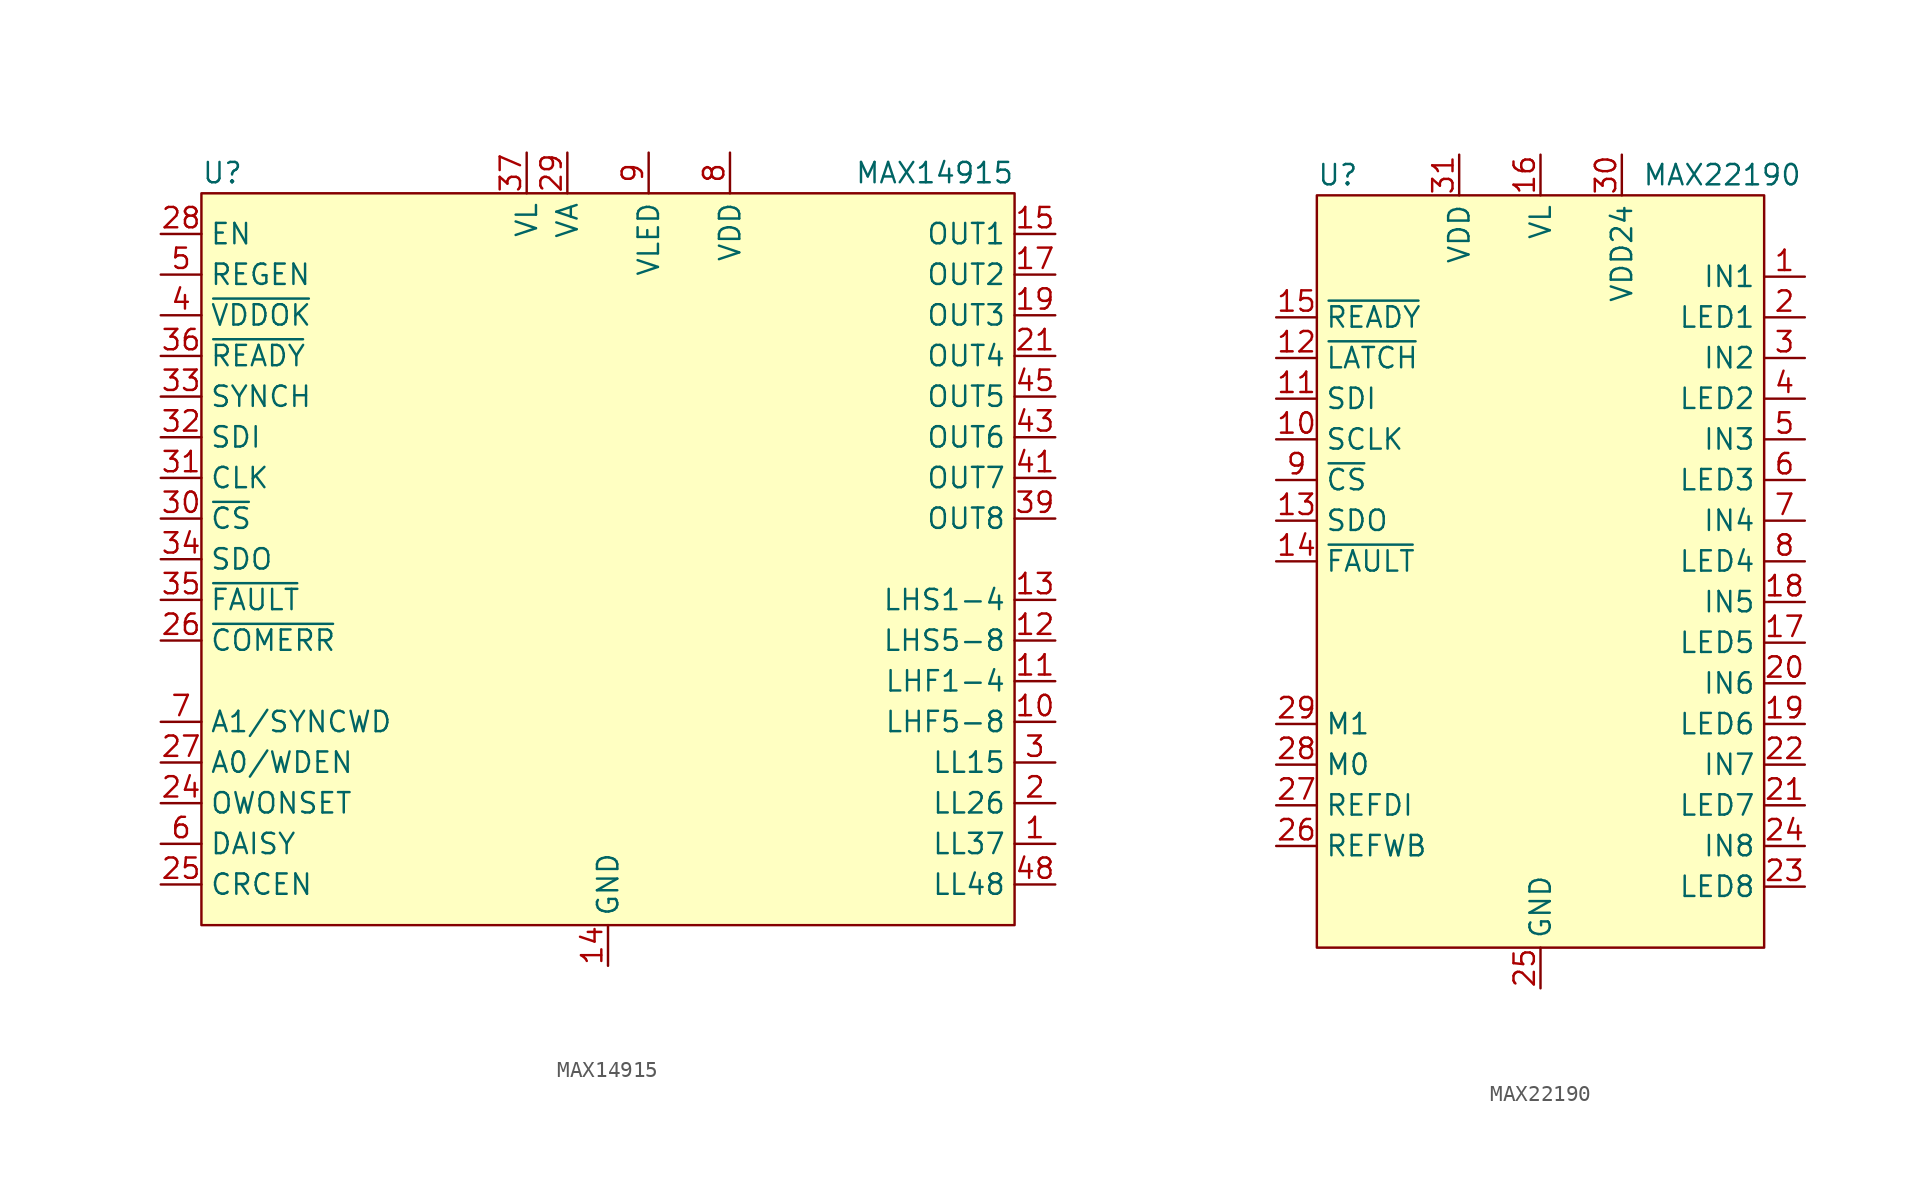
<source format=kicad_sym>
(kicad_symbol_lib
  (version 20210619)
  (generator kicad_symbol_editor)
  (symbol "MAX14915"
    (property "Reference" "U"
      (at -25.4 24.13 0)
      (effects (font (size 1.27 1.27)) (justify left)))
    (property "Value" "MAX14915"
      (at 25.4 24.13 0)
      (effects (font (size 1.27 1.27)) (justify right)))
    (symbol "MAX14915_0_1"
      (rectangle (start -25.4 22.86) (end 25.4 -22.86) (stroke (width 0)) (fill (type background))))
    (symbol "MAX14915_1_1"
      (pin open_collector line (at 27.94 -17.78 180) (length 2.54) (name "LL37" (effects (font (size 1.27 1.27)))) (number "1" (effects (font (size 1.27 1.27)))))
      (pin open_collector line (at 27.94 -10.16 180) (length 2.54) (name "LHF5-8" (effects (font (size 1.27 1.27)))) (number "10" (effects (font (size 1.27 1.27)))))
      (pin open_collector line (at 27.94 -7.62 180) (length 2.54) (name "LHF1-4" (effects (font (size 1.27 1.27)))) (number "11" (effects (font (size 1.27 1.27)))))
      (pin open_collector line (at 27.94 -5.08 180) (length 2.54) (name "LHS5-8" (effects (font (size 1.27 1.27)))) (number "12" (effects (font (size 1.27 1.27)))))
      (pin open_collector line (at 27.94 -2.54 180) (length 2.54) (name "LHS1-4" (effects (font (size 1.27 1.27)))) (number "13" (effects (font (size 1.27 1.27)))))
      (pin power_in line (at 0 -25.4 90) (length 2.54) (name "GND" (effects (font (size 1.27 1.27)))) (number "14" (effects (font (size 1.27 1.27)))))
      (pin open_emitter line (at 27.94 20.32 180) (length 2.54) (name "OUT1" (effects (font (size 1.27 1.27)))) (number "15" (effects (font (size 1.27 1.27)))))
      (pin open_emitter line (at 27.94 20.32 180) (length 2.54) hide (name "OUT1" (effects (font (size 1.27 1.27)))) (number "16" (effects (font (size 1.27 1.27)))))
      (pin open_emitter line (at 27.94 17.78 180) (length 2.54) (name "OUT2" (effects (font (size 1.27 1.27)))) (number "17" (effects (font (size 1.27 1.27)))))
      (pin open_emitter line (at 27.94 17.78 180) (length 2.54) hide (name "OUT2" (effects (font (size 1.27 1.27)))) (number "18" (effects (font (size 1.27 1.27)))))
      (pin open_emitter line (at 27.94 15.24 180) (length 2.54) (name "OUT3" (effects (font (size 1.27 1.27)))) (number "19" (effects (font (size 1.27 1.27)))))
      (pin open_collector line (at 27.94 -15.24 180) (length 2.54) (name "LL26" (effects (font (size 1.27 1.27)))) (number "2" (effects (font (size 1.27 1.27)))))
      (pin open_emitter line (at 27.94 15.24 180) (length 2.54) hide (name "OUT3" (effects (font (size 1.27 1.27)))) (number "20" (effects (font (size 1.27 1.27)))))
      (pin open_emitter line (at 27.94 12.7 180) (length 2.54) (name "OUT4" (effects (font (size 1.27 1.27)))) (number "21" (effects (font (size 1.27 1.27)))))
      (pin open_emitter line (at 27.94 12.7 180) (length 2.54) hide (name "OUT4" (effects (font (size 1.27 1.27)))) (number "22" (effects (font (size 1.27 1.27)))))
      (pin passive line (at 0 -25.4 90) (length 2.54) hide (name "GND" (effects (font (size 1.27 1.27)))) (number "23" (effects (font (size 1.27 1.27)))))
      (pin input line (at -27.94 -15.24 0) (length 2.54) (name "OWONSET" (effects (font (size 1.27 1.27)))) (number "24" (effects (font (size 1.27 1.27)))))
      (pin input line (at -27.94 -20.32 0) (length 2.54) (name "CRCEN" (effects (font (size 1.27 1.27)))) (number "25" (effects (font (size 1.27 1.27)))))
      (pin open_collector line (at -27.94 -5.08 0) (length 2.54) (name "~{COMERR}" (effects (font (size 1.27 1.27)))) (number "26" (effects (font (size 1.27 1.27)))))
      (pin input line (at -27.94 -12.7 0) (length 2.54) (name "A0/WDEN" (effects (font (size 1.27 1.27)))) (number "27" (effects (font (size 1.27 1.27)))))
      (pin input line (at -27.94 20.32 0) (length 2.54) (name "EN" (effects (font (size 1.27 1.27)))) (number "28" (effects (font (size 1.27 1.27)))))
      (pin power_in line (at -2.54 25.4 270) (length 2.54) (name "VA" (effects (font (size 1.27 1.27)))) (number "29" (effects (font (size 1.27 1.27)))))
      (pin open_collector line (at 27.94 -12.7 180) (length 2.54) (name "LL15" (effects (font (size 1.27 1.27)))) (number "3" (effects (font (size 1.27 1.27)))))
      (pin input line (at -27.94 2.54 0) (length 2.54) (name "~{CS}" (effects (font (size 1.27 1.27)))) (number "30" (effects (font (size 1.27 1.27)))))
      (pin input line (at -27.94 5.08 0) (length 2.54) (name "CLK" (effects (font (size 1.27 1.27)))) (number "31" (effects (font (size 1.27 1.27)))))
      (pin input line (at -27.94 7.62 0) (length 2.54) (name "SDI" (effects (font (size 1.27 1.27)))) (number "32" (effects (font (size 1.27 1.27)))))
      (pin input line (at -27.94 10.16 0) (length 2.54) (name "SYNCH" (effects (font (size 1.27 1.27)))) (number "33" (effects (font (size 1.27 1.27)))))
      (pin tri_state line (at -27.94 0 0) (length 2.54) (name "SDO" (effects (font (size 1.27 1.27)))) (number "34" (effects (font (size 1.27 1.27)))))
      (pin open_collector line (at -27.94 -2.54 0) (length 2.54) (name "~{FAULT}" (effects (font (size 1.27 1.27)))) (number "35" (effects (font (size 1.27 1.27)))))
      (pin open_collector line (at -27.94 12.7 0) (length 2.54) (name "~{READY}" (effects (font (size 1.27 1.27)))) (number "36" (effects (font (size 1.27 1.27)))))
      (pin power_in line (at -5.08 25.4 270) (length 2.54) (name "VL" (effects (font (size 1.27 1.27)))) (number "37" (effects (font (size 1.27 1.27)))))
      (pin passive line (at 0 -25.4 90) (length 2.54) hide (name "GND" (effects (font (size 1.27 1.27)))) (number "38" (effects (font (size 1.27 1.27)))))
      (pin open_emitter line (at 27.94 2.54 180) (length 2.54) (name "OUT8" (effects (font (size 1.27 1.27)))) (number "39" (effects (font (size 1.27 1.27)))))
      (pin open_collector line (at -27.94 15.24 0) (length 2.54) (name "~{VDDOK}" (effects (font (size 1.27 1.27)))) (number "4" (effects (font (size 1.27 1.27)))))
      (pin open_emitter line (at 27.94 2.54 180) (length 2.54) hide (name "OUT8" (effects (font (size 1.27 1.27)))) (number "40" (effects (font (size 1.27 1.27)))))
      (pin open_emitter line (at 27.94 5.08 180) (length 2.54) (name "OUT7" (effects (font (size 1.27 1.27)))) (number "41" (effects (font (size 1.27 1.27)))))
      (pin open_emitter line (at 27.94 5.08 180) (length 2.54) hide (name "OUT7" (effects (font (size 1.27 1.27)))) (number "42" (effects (font (size 1.27 1.27)))))
      (pin open_emitter line (at 27.94 7.62 180) (length 2.54) (name "OUT6" (effects (font (size 1.27 1.27)))) (number "43" (effects (font (size 1.27 1.27)))))
      (pin open_emitter line (at 27.94 7.62 180) (length 2.54) hide (name "OUT6" (effects (font (size 1.27 1.27)))) (number "44" (effects (font (size 1.27 1.27)))))
      (pin open_emitter line (at 27.94 10.16 180) (length 2.54) (name "OUT5" (effects (font (size 1.27 1.27)))) (number "45" (effects (font (size 1.27 1.27)))))
      (pin open_emitter line (at 27.94 10.16 180) (length 2.54) hide (name "OUT5" (effects (font (size 1.27 1.27)))) (number "46" (effects (font (size 1.27 1.27)))))
      (pin passive line (at 0 -25.4 90) (length 2.54) hide (name "GND" (effects (font (size 1.27 1.27)))) (number "47" (effects (font (size 1.27 1.27)))))
      (pin open_collector line (at 27.94 -20.32 180) (length 2.54) (name "LL48" (effects (font (size 1.27 1.27)))) (number "48" (effects (font (size 1.27 1.27)))))
      (pin passive line (at 7.62 25.4 270) (length 2.54) hide (name "VDD" (effects (font (size 1.27 1.27)))) (number "49" (effects (font (size 1.27 1.27)))))
      (pin power_in line (at -27.94 17.78 0) (length 2.54) (name "REGEN" (effects (font (size 1.27 1.27)))) (number "5" (effects (font (size 1.27 1.27)))))
      (pin input line (at -27.94 -17.78 0) (length 2.54) (name "DAISY" (effects (font (size 1.27 1.27)))) (number "6" (effects (font (size 1.27 1.27)))))
      (pin input line (at -27.94 -10.16 0) (length 2.54) (name "A1/SYNCWD" (effects (font (size 1.27 1.27)))) (number "7" (effects (font (size 1.27 1.27)))))
      (pin power_in line (at 7.62 25.4 270) (length 2.54) (name "VDD" (effects (font (size 1.27 1.27)))) (number "8" (effects (font (size 1.27 1.27)))))
      (pin power_in line (at 2.54 25.4 270) (length 2.54) (name "VLED" (effects (font (size 1.27 1.27)))) (number "9" (effects (font (size 1.27 1.27)))))))
  (symbol "MAX22190"
    (property "Reference" "U"
      (at -13.97 21.59 0)
      (effects (font (size 1.27 1.27)) (justify left)))
    (property "Value" "MAX22190"
      (at 6.35 21.59 0)
      (effects (font (size 1.27 1.27)) (justify left)))
    (symbol "MAX22190_0_0"
      (pin input line (at 16.51 15.24 180) (length 2.54) (name "IN1" (effects (font (size 1.27 1.27)))) (number "1" (effects (font (size 1.27 1.27)))))
      (pin input line (at -16.51 5.08 0) (length 2.54) (name "SCLK" (effects (font (size 1.27 1.27)))) (number "10" (effects (font (size 1.27 1.27)))))
      (pin input line (at -16.51 7.62 0) (length 2.54) (name "SDI" (effects (font (size 1.27 1.27)))) (number "11" (effects (font (size 1.27 1.27)))))
      (pin input line (at -16.51 10.16 0) (length 2.54) (name "~{LATCH}" (effects (font (size 1.27 1.27)))) (number "12" (effects (font (size 1.27 1.27)))))
      (pin tri_state line (at -16.51 0 0) (length 2.54) (name "SDO" (effects (font (size 1.27 1.27)))) (number "13" (effects (font (size 1.27 1.27)))))
      (pin open_collector line (at -16.51 -2.54 0) (length 2.54) (name "~{FAULT}" (effects (font (size 1.27 1.27)))) (number "14" (effects (font (size 1.27 1.27)))))
      (pin open_collector line (at -16.51 12.7 0) (length 2.54) (name "~{READY}" (effects (font (size 1.27 1.27)))) (number "15" (effects (font (size 1.27 1.27)))))
      (pin power_in line (at 0 22.86 270) (length 2.54) (name "VL" (effects (font (size 1.27 1.27)))) (number "16" (effects (font (size 1.27 1.27)))))
      (pin output line (at 16.51 -7.62 180) (length 2.54) (name "LED5" (effects (font (size 1.27 1.27)))) (number "17" (effects (font (size 1.27 1.27)))))
      (pin input line (at 16.51 -5.08 180) (length 2.54) (name "IN5" (effects (font (size 1.27 1.27)))) (number "18" (effects (font (size 1.27 1.27)))))
      (pin output line (at 16.51 -12.7 180) (length 2.54) (name "LED6" (effects (font (size 1.27 1.27)))) (number "19" (effects (font (size 1.27 1.27)))))
      (pin output line (at 16.51 12.7 180) (length 2.54) (name "LED1" (effects (font (size 1.27 1.27)))) (number "2" (effects (font (size 1.27 1.27)))))
      (pin input line (at 16.51 -10.16 180) (length 2.54) (name "IN6" (effects (font (size 1.27 1.27)))) (number "20" (effects (font (size 1.27 1.27)))))
      (pin output line (at 16.51 -17.78 180) (length 2.54) (name "LED7" (effects (font (size 1.27 1.27)))) (number "21" (effects (font (size 1.27 1.27)))))
      (pin input line (at 16.51 -15.24 180) (length 2.54) (name "IN7" (effects (font (size 1.27 1.27)))) (number "22" (effects (font (size 1.27 1.27)))))
      (pin output line (at 16.51 -22.86 180) (length 2.54) (name "LED8" (effects (font (size 1.27 1.27)))) (number "23" (effects (font (size 1.27 1.27)))))
      (pin input line (at 16.51 -20.32 180) (length 2.54) (name "IN8" (effects (font (size 1.27 1.27)))) (number "24" (effects (font (size 1.27 1.27)))))
      (pin power_in line (at 0 -29.21 90) (length 2.54) (name "GND" (effects (font (size 1.27 1.27)))) (number "25" (effects (font (size 1.27 1.27)))))
      (pin passive line (at -16.51 -20.32 0) (length 2.54) (name "REFWB" (effects (font (size 1.27 1.27)))) (number "26" (effects (font (size 1.27 1.27)))))
      (pin passive line (at -16.51 -17.78 0) (length 2.54) (name "REFDI" (effects (font (size 1.27 1.27)))) (number "27" (effects (font (size 1.27 1.27)))))
      (pin input line (at -16.51 -15.24 0) (length 2.54) (name "M0" (effects (font (size 1.27 1.27)))) (number "28" (effects (font (size 1.27 1.27)))))
      (pin input line (at -16.51 -12.7 0) (length 2.54) (name "M1" (effects (font (size 1.27 1.27)))) (number "29" (effects (font (size 1.27 1.27)))))
      (pin input line (at 16.51 10.16 180) (length 2.54) (name "IN2" (effects (font (size 1.27 1.27)))) (number "3" (effects (font (size 1.27 1.27)))))
      (pin power_in line (at 5.08 22.86 270) (length 2.54) (name "VDD24" (effects (font (size 1.27 1.27)))) (number "30" (effects (font (size 1.27 1.27)))))
      (pin power_out line (at -5.08 22.86 270) (length 2.54) (name "VDD" (effects (font (size 1.27 1.27)))) (number "31" (effects (font (size 1.27 1.27)))))
      (pin passive line (at 0 -29.21 90) (length 2.54) hide (name "GND" (effects (font (size 1.27 1.27)))) (number "32" (effects (font (size 1.27 1.27)))))
      (pin output line (at 16.51 7.62 180) (length 2.54) (name "LED2" (effects (font (size 1.27 1.27)))) (number "4" (effects (font (size 1.27 1.27)))))
      (pin input line (at 16.51 5.08 180) (length 2.54) (name "IN3" (effects (font (size 1.27 1.27)))) (number "5" (effects (font (size 1.27 1.27)))))
      (pin output line (at 16.51 2.54 180) (length 2.54) (name "LED3" (effects (font (size 1.27 1.27)))) (number "6" (effects (font (size 1.27 1.27)))))
      (pin input line (at 16.51 0 180) (length 2.54) (name "IN4" (effects (font (size 1.27 1.27)))) (number "7" (effects (font (size 1.27 1.27)))))
      (pin output line (at 16.51 -2.54 180) (length 2.54) (name "LED4" (effects (font (size 1.27 1.27)))) (number "8" (effects (font (size 1.27 1.27)))))
      (pin input line (at -16.51 2.54 0) (length 2.54) (name "~{CS}" (effects (font (size 1.27 1.27)))) (number "9" (effects (font (size 1.27 1.27))))))
    (symbol "MAX22190_0_1"
      (rectangle (start -13.97 -26.67) (end 13.97 20.32) (stroke (width 0)) (fill (type background))))
    (symbol "MAX22190_1_1"
      (pin passive line (at 0 -29.21 90) (length 2.54) hide (name "GND" (effects (font (size 1.27 1.27)))) (number "33" (effects (font (size 1.27 1.27))))))))
</source>
